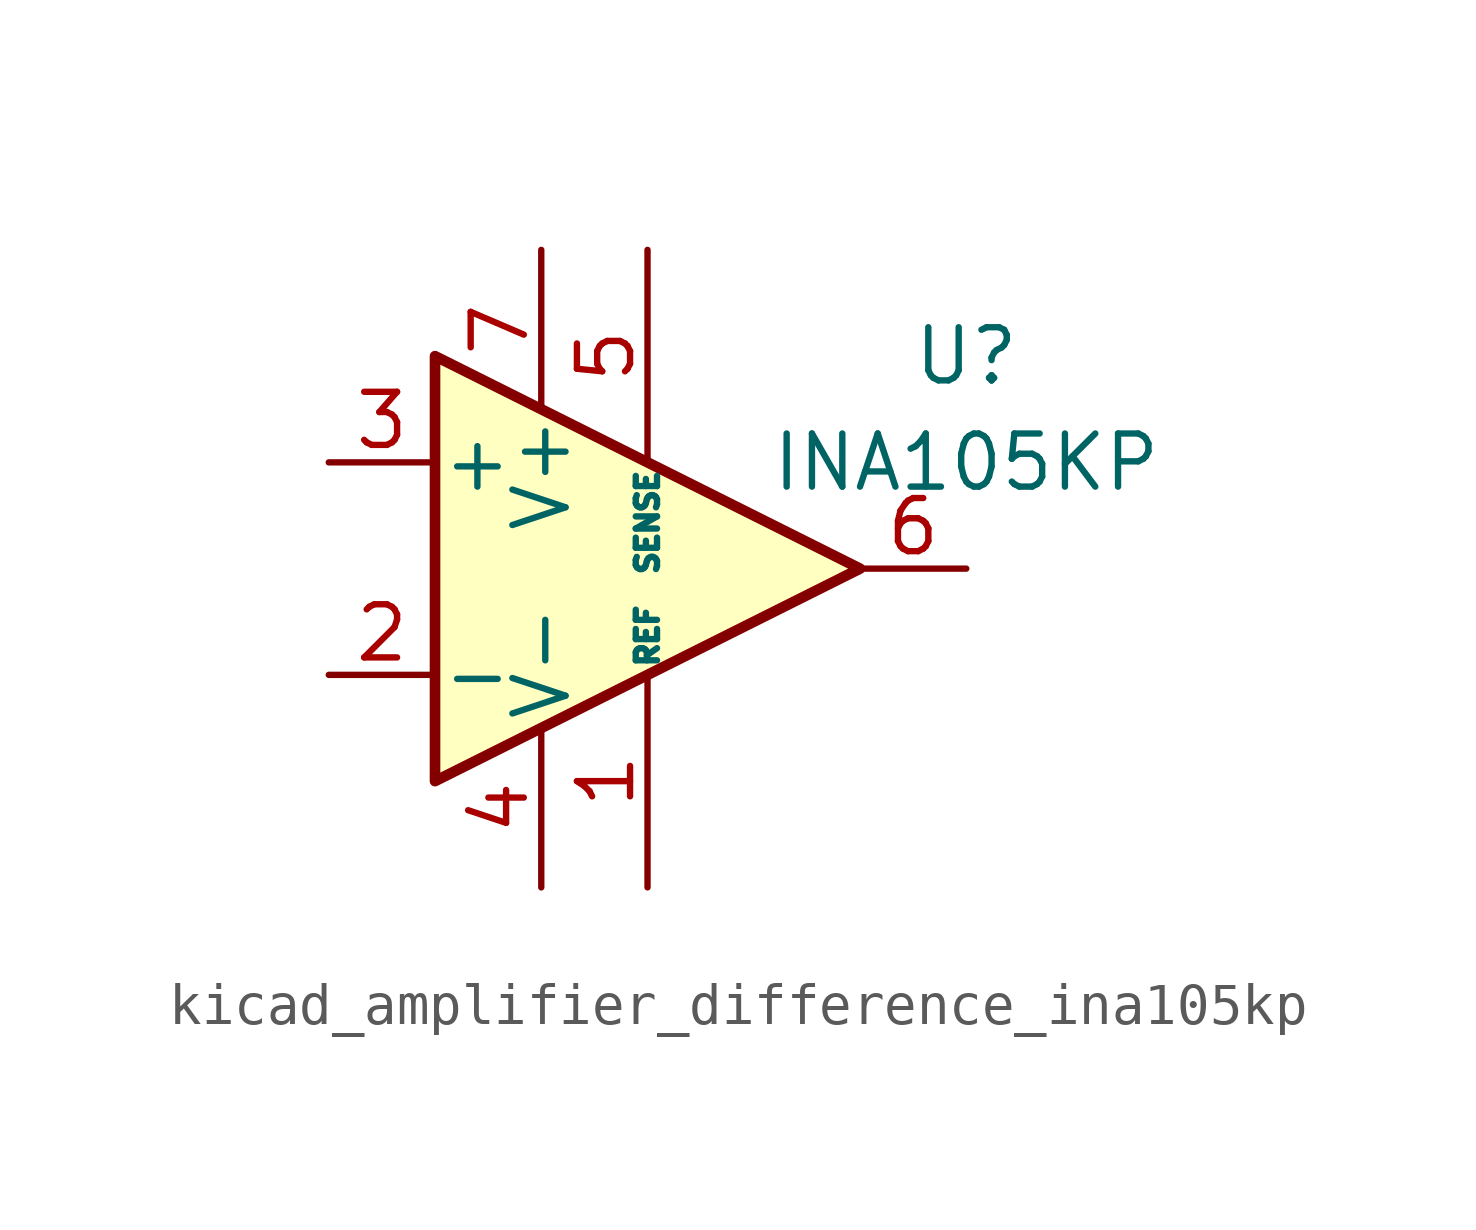
<source format=kicad_sym>
(kicad_symbol_lib
  (version 20220914)
  (generator kicad_symbol_editor)
  (symbol "kicad_amplifier_difference_ina105kp"
    (pin_names
      (offset 0.127))
    (property "Reference" "U"
      (at 7.62 5.08 0)
      (effects (font (size 1.27 1.27))))
    (property "Value" "INA105KP"
      (at 7.62 2.54 0)
      (effects (font (size 1.27 1.27))))
    (symbol "kicad_amplifier_difference_ina105kp_0_1"
      (polyline (pts (xy -5.08 5.08) (xy 5.08 0) (xy -5.08 -5.08) (xy -5.08 5.08)) (stroke (width 0.254) (type default)) (fill (type background))))
    (symbol "kicad_amplifier_difference_ina105kp_1_1"
      (pin passive line (at 0 -7.62 90) (length 5.08) (name "REF" (effects (font (size 0.508 0.508)))) (number "1" (effects (font (size 1.27 1.27)))))
      (pin passive line (at -7.62 -2.54 0) (length 2.54) (name "-" (effects (font (size 1.27 1.27)))) (number "2" (effects (font (size 1.27 1.27)))))
      (pin passive line (at -7.62 2.54 0) (length 2.54) (name "+" (effects (font (size 1.27 1.27)))) (number "3" (effects (font (size 1.27 1.27)))))
      (pin power_in line (at -2.54 -7.62 90) (length 3.81) (name "V-" (effects (font (size 1.27 1.27)))) (number "4" (effects (font (size 1.27 1.27)))))
      (pin passive line (at 0 7.62 270) (length 5.08) (name "SENSE" (effects (font (size 0.508 0.508)))) (number "5" (effects (font (size 1.27 1.27)))))
      (pin output line (at 7.62 0 180) (length 2.54) (name "~" (effects (font (size 1.27 1.27)))) (number "6" (effects (font (size 1.27 1.27)))))
      (pin power_in line (at -2.54 7.62 270) (length 3.81) (name "V+" (effects (font (size 1.27 1.27)))) (number "7" (effects (font (size 1.27 1.27)))))
      (pin no_connect line (at -5.08 0 0) (length 2.54) hide (name "~" (effects (font (size 1.27 1.27)))) (number "8" (effects (font (size 1.27 1.27))))))))
</source>
